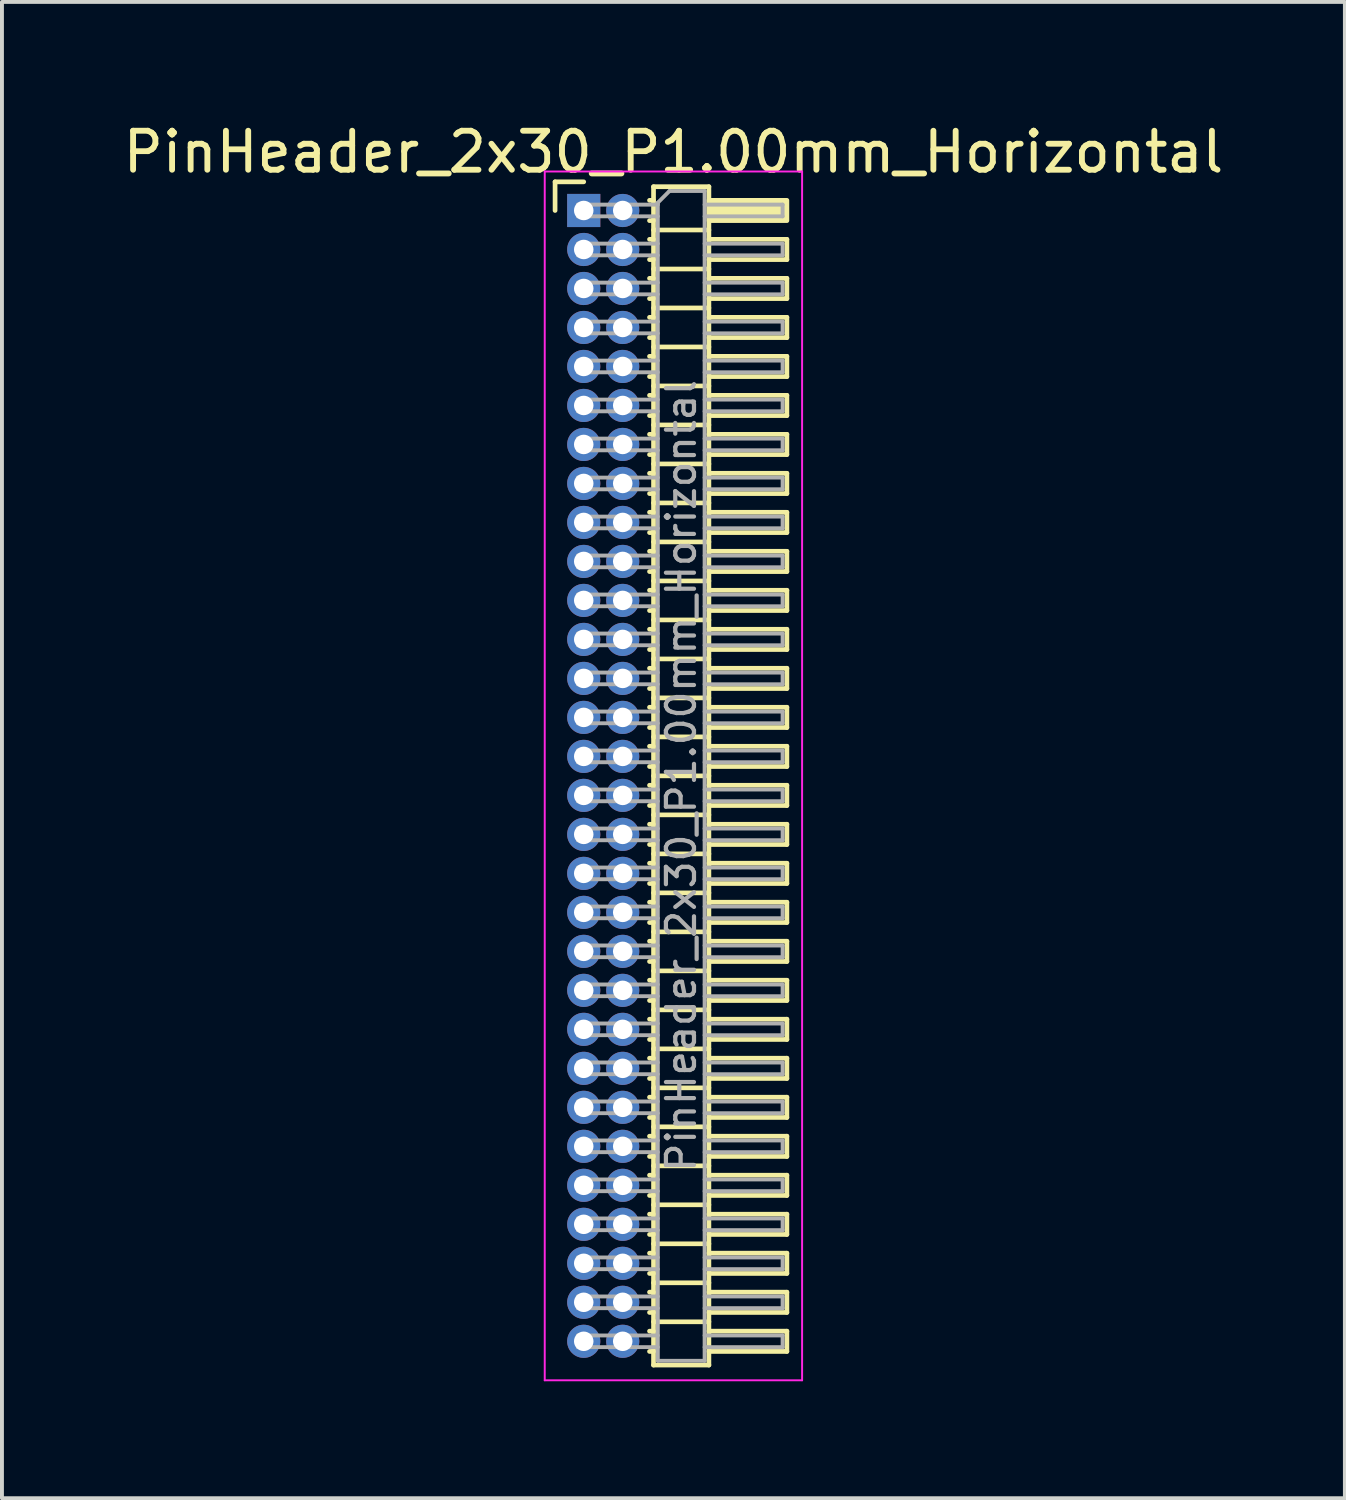
<source format=kicad_pcb>
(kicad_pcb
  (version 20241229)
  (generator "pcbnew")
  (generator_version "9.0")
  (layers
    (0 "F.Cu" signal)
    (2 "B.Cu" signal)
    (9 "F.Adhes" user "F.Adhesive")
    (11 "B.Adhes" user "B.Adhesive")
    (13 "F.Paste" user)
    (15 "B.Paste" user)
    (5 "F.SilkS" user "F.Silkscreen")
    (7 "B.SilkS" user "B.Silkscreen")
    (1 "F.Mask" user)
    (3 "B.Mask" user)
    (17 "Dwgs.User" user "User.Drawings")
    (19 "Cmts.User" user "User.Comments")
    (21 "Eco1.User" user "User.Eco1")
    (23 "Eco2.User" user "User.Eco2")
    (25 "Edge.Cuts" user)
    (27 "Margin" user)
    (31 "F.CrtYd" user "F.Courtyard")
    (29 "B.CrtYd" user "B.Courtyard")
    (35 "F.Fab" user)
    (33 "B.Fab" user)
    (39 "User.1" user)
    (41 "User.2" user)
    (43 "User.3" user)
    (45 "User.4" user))
  (footprint "PinHeader_2x30_P1.00mm_Horizontal"
    (layer "F.Cu")
    (at 11.92 2.348)
    (property "Reference" "PinHeader_2x30_P1.00mm_Horizontal" (at 2.3 -1.5 0) (layer "F.SilkS") (effects (font (size 1 1) (thickness 0.15))))
    (attr through_hole)
    (fp_line (start -0.735 -0.735) (end 0 -0.735) (stroke (width 0.12) (type solid)) (layer "F.SilkS"))
    (fp_line (start -0.735 0) (end -0.735 -0.735) (stroke (width 0.12) (type solid)) (layer "F.SilkS"))
    (fp_line (start 1.687 -0.26) (end 1.79 -0.26) (stroke (width 0.12) (type solid)) (layer "F.SilkS"))
    (fp_line (start 1.687 0.26) (end 1.79 0.26) (stroke (width 0.12) (type solid)) (layer "F.SilkS"))
    (fp_line (start 1.687 0.74) (end 1.79 0.74) (stroke (width 0.12) (type solid)) (layer "F.SilkS"))
    (fp_line (start 1.687 1.26) (end 1.79 1.26) (stroke (width 0.12) (type solid)) (layer "F.SilkS"))
    (fp_line (start 1.687 1.74) (end 1.79 1.74) (stroke (width 0.12) (type solid)) (layer "F.SilkS"))
    (fp_line (start 1.687 2.26) (end 1.79 2.26) (stroke (width 0.12) (type solid)) (layer "F.SilkS"))
    (fp_line (start 1.687 2.74) (end 1.79 2.74) (stroke (width 0.12) (type solid)) (layer "F.SilkS"))
    (fp_line (start 1.687 3.26) (end 1.79 3.26) (stroke (width 0.12) (type solid)) (layer "F.SilkS"))
    (fp_line (start 1.687 3.74) (end 1.79 3.74) (stroke (width 0.12) (type solid)) (layer "F.SilkS"))
    (fp_line (start 1.687 4.26) (end 1.79 4.26) (stroke (width 0.12) (type solid)) (layer "F.SilkS"))
    (fp_line (start 1.687 4.74) (end 1.79 4.74) (stroke (width 0.12) (type solid)) (layer "F.SilkS"))
    (fp_line (start 1.687 5.26) (end 1.79 5.26) (stroke (width 0.12) (type solid)) (layer "F.SilkS"))
    (fp_line (start 1.687 5.74) (end 1.79 5.74) (stroke (width 0.12) (type solid)) (layer "F.SilkS"))
    (fp_line (start 1.687 6.26) (end 1.79 6.26) (stroke (width 0.12) (type solid)) (layer "F.SilkS"))
    (fp_line (start 1.687 6.74) (end 1.79 6.74) (stroke (width 0.12) (type solid)) (layer "F.SilkS"))
    (fp_line (start 1.687 7.26) (end 1.79 7.26) (stroke (width 0.12) (type solid)) (layer "F.SilkS"))
    (fp_line (start 1.687 7.74) (end 1.79 7.74) (stroke (width 0.12) (type solid)) (layer "F.SilkS"))
    (fp_line (start 1.687 8.26) (end 1.79 8.26) (stroke (width 0.12) (type solid)) (layer "F.SilkS"))
    (fp_line (start 1.687 8.74) (end 1.79 8.74) (stroke (width 0.12) (type solid)) (layer "F.SilkS"))
    (fp_line (start 1.687 9.26) (end 1.79 9.26) (stroke (width 0.12) (type solid)) (layer "F.SilkS"))
    (fp_line (start 1.687 9.74) (end 1.79 9.74) (stroke (width 0.12) (type solid)) (layer "F.SilkS"))
    (fp_line (start 1.687 10.26) (end 1.79 10.26) (stroke (width 0.12) (type solid)) (layer "F.SilkS"))
    (fp_line (start 1.687 10.74) (end 1.79 10.74) (stroke (width 0.12) (type solid)) (layer "F.SilkS"))
    (fp_line (start 1.687 11.26) (end 1.79 11.26) (stroke (width 0.12) (type solid)) (layer "F.SilkS"))
    (fp_line (start 1.687 11.74) (end 1.79 11.74) (stroke (width 0.12) (type solid)) (layer "F.SilkS"))
    (fp_line (start 1.687 12.26) (end 1.79 12.26) (stroke (width 0.12) (type solid)) (layer "F.SilkS"))
    (fp_line (start 1.687 12.74) (end 1.79 12.74) (stroke (width 0.12) (type solid)) (layer "F.SilkS"))
    (fp_line (start 1.687 13.26) (end 1.79 13.26) (stroke (width 0.12) (type solid)) (layer "F.SilkS"))
    (fp_line (start 1.687 13.74) (end 1.79 13.74) (stroke (width 0.12) (type solid)) (layer "F.SilkS"))
    (fp_line (start 1.687 14.26) (end 1.79 14.26) (stroke (width 0.12) (type solid)) (layer "F.SilkS"))
    (fp_line (start 1.687 14.74) (end 1.79 14.74) (stroke (width 0.12) (type solid)) (layer "F.SilkS"))
    (fp_line (start 1.687 15.26) (end 1.79 15.26) (stroke (width 0.12) (type solid)) (layer "F.SilkS"))
    (fp_line (start 1.687 15.74) (end 1.79 15.74) (stroke (width 0.12) (type solid)) (layer "F.SilkS"))
    (fp_line (start 1.687 16.26) (end 1.79 16.26) (stroke (width 0.12) (type solid)) (layer "F.SilkS"))
    (fp_line (start 1.687 16.74) (end 1.79 16.74) (stroke (width 0.12) (type solid)) (layer "F.SilkS"))
    (fp_line (start 1.687 17.26) (end 1.79 17.26) (stroke (width 0.12) (type solid)) (layer "F.SilkS"))
    (fp_line (start 1.687 17.74) (end 1.79 17.74) (stroke (width 0.12) (type solid)) (layer "F.SilkS"))
    (fp_line (start 1.687 18.26) (end 1.79 18.26) (stroke (width 0.12) (type solid)) (layer "F.SilkS"))
    (fp_line (start 1.687 18.74) (end 1.79 18.74) (stroke (width 0.12) (type solid)) (layer "F.SilkS"))
    (fp_line (start 1.687 19.26) (end 1.79 19.26) (stroke (width 0.12) (type solid)) (layer "F.SilkS"))
    (fp_line (start 1.687 19.74) (end 1.79 19.74) (stroke (width 0.12) (type solid)) (layer "F.SilkS"))
    (fp_line (start 1.687 20.26) (end 1.79 20.26) (stroke (width 0.12) (type solid)) (layer "F.SilkS"))
    (fp_line (start 1.687 20.74) (end 1.79 20.74) (stroke (width 0.12) (type solid)) (layer "F.SilkS"))
    (fp_line (start 1.687 21.26) (end 1.79 21.26) (stroke (width 0.12) (type solid)) (layer "F.SilkS"))
    (fp_line (start 1.687 21.74) (end 1.79 21.74) (stroke (width 0.12) (type solid)) (layer "F.SilkS"))
    (fp_line (start 1.687 22.26) (end 1.79 22.26) (stroke (width 0.12) (type solid)) (layer "F.SilkS"))
    (fp_line (start 1.687 22.74) (end 1.79 22.74) (stroke (width 0.12) (type solid)) (layer "F.SilkS"))
    (fp_line (start 1.687 23.26) (end 1.79 23.26) (stroke (width 0.12) (type solid)) (layer "F.SilkS"))
    (fp_line (start 1.687 23.74) (end 1.79 23.74) (stroke (width 0.12) (type solid)) (layer "F.SilkS"))
    (fp_line (start 1.687 24.26) (end 1.79 24.26) (stroke (width 0.12) (type solid)) (layer "F.SilkS"))
    (fp_line (start 1.687 24.74) (end 1.79 24.74) (stroke (width 0.12) (type solid)) (layer "F.SilkS"))
    (fp_line (start 1.687 25.26) (end 1.79 25.26) (stroke (width 0.12) (type solid)) (layer "F.SilkS"))
    (fp_line (start 1.687 25.74) (end 1.79 25.74) (stroke (width 0.12) (type solid)) (layer "F.SilkS"))
    (fp_line (start 1.687 26.26) (end 1.79 26.26) (stroke (width 0.12) (type solid)) (layer "F.SilkS"))
    (fp_line (start 1.687 26.74) (end 1.79 26.74) (stroke (width 0.12) (type solid)) (layer "F.SilkS"))
    (fp_line (start 1.687 27.26) (end 1.79 27.26) (stroke (width 0.12) (type solid)) (layer "F.SilkS"))
    (fp_line (start 1.687 27.74) (end 1.79 27.74) (stroke (width 0.12) (type solid)) (layer "F.SilkS"))
    (fp_line (start 1.687 28.26) (end 1.79 28.26) (stroke (width 0.12) (type solid)) (layer "F.SilkS"))
    (fp_line (start 1.687 28.74) (end 1.79 28.74) (stroke (width 0.12) (type solid)) (layer "F.SilkS"))
    (fp_line (start 1.687 29.26) (end 1.79 29.26) (stroke (width 0.12) (type solid)) (layer "F.SilkS"))
    (fp_line (start 1.79 -0.61) (end 1.79 29.61) (stroke (width 0.12) (type solid)) (layer "F.SilkS"))
    (fp_line (start 1.79 0.5) (end 3.21 0.5) (stroke (width 0.12) (type solid)) (layer "F.SilkS"))
    (fp_line (start 1.79 1.5) (end 3.21 1.5) (stroke (width 0.12) (type solid)) (layer "F.SilkS"))
    (fp_line (start 1.79 2.5) (end 3.21 2.5) (stroke (width 0.12) (type solid)) (layer "F.SilkS"))
    (fp_line (start 1.79 3.5) (end 3.21 3.5) (stroke (width 0.12) (type solid)) (layer "F.SilkS"))
    (fp_line (start 1.79 4.5) (end 3.21 4.5) (stroke (width 0.12) (type solid)) (layer "F.SilkS"))
    (fp_line (start 1.79 5.5) (end 3.21 5.5) (stroke (width 0.12) (type solid)) (layer "F.SilkS"))
    (fp_line (start 1.79 6.5) (end 3.21 6.5) (stroke (width 0.12) (type solid)) (layer "F.SilkS"))
    (fp_line (start 1.79 7.5) (end 3.21 7.5) (stroke (width 0.12) (type solid)) (layer "F.SilkS"))
    (fp_line (start 1.79 8.5) (end 3.21 8.5) (stroke (width 0.12) (type solid)) (layer "F.SilkS"))
    (fp_line (start 1.79 9.5) (end 3.21 9.5) (stroke (width 0.12) (type solid)) (layer "F.SilkS"))
    (fp_line (start 1.79 10.5) (end 3.21 10.5) (stroke (width 0.12) (type solid)) (layer "F.SilkS"))
    (fp_line (start 1.79 11.5) (end 3.21 11.5) (stroke (width 0.12) (type solid)) (layer "F.SilkS"))
    (fp_line (start 1.79 12.5) (end 3.21 12.5) (stroke (width 0.12) (type solid)) (layer "F.SilkS"))
    (fp_line (start 1.79 13.5) (end 3.21 13.5) (stroke (width 0.12) (type solid)) (layer "F.SilkS"))
    (fp_line (start 1.79 14.5) (end 3.21 14.5) (stroke (width 0.12) (type solid)) (layer "F.SilkS"))
    (fp_line (start 1.79 15.5) (end 3.21 15.5) (stroke (width 0.12) (type solid)) (layer "F.SilkS"))
    (fp_line (start 1.79 16.5) (end 3.21 16.5) (stroke (width 0.12) (type solid)) (layer "F.SilkS"))
    (fp_line (start 1.79 17.5) (end 3.21 17.5) (stroke (width 0.12) (type solid)) (layer "F.SilkS"))
    (fp_line (start 1.79 18.5) (end 3.21 18.5) (stroke (width 0.12) (type solid)) (layer "F.SilkS"))
    (fp_line (start 1.79 19.5) (end 3.21 19.5) (stroke (width 0.12) (type solid)) (layer "F.SilkS"))
    (fp_line (start 1.79 20.5) (end 3.21 20.5) (stroke (width 0.12) (type solid)) (layer "F.SilkS"))
    (fp_line (start 1.79 21.5) (end 3.21 21.5) (stroke (width 0.12) (type solid)) (layer "F.SilkS"))
    (fp_line (start 1.79 22.5) (end 3.21 22.5) (stroke (width 0.12) (type solid)) (layer "F.SilkS"))
    (fp_line (start 1.79 23.5) (end 3.21 23.5) (stroke (width 0.12) (type solid)) (layer "F.SilkS"))
    (fp_line (start 1.79 24.5) (end 3.21 24.5) (stroke (width 0.12) (type solid)) (layer "F.SilkS"))
    (fp_line (start 1.79 25.5) (end 3.21 25.5) (stroke (width 0.12) (type solid)) (layer "F.SilkS"))
    (fp_line (start 1.79 26.5) (end 3.21 26.5) (stroke (width 0.12) (type solid)) (layer "F.SilkS"))
    (fp_line (start 1.79 27.5) (end 3.21 27.5) (stroke (width 0.12) (type solid)) (layer "F.SilkS"))
    (fp_line (start 1.79 28.5) (end 3.21 28.5) (stroke (width 0.12) (type solid)) (layer "F.SilkS"))
    (fp_line (start 1.79 29.61) (end 3.21 29.61) (stroke (width 0.12) (type solid)) (layer "F.SilkS"))
    (fp_line (start 3.21 -0.61) (end 1.79 -0.61) (stroke (width 0.12) (type solid)) (layer "F.SilkS"))
    (fp_line (start 3.21 0.74) (end 5.21 0.74) (stroke (width 0.12) (type solid)) (layer "F.SilkS"))
    (fp_line (start 3.21 1.74) (end 5.21 1.74) (stroke (width 0.12) (type solid)) (layer "F.SilkS"))
    (fp_line (start 3.21 2.74) (end 5.21 2.74) (stroke (width 0.12) (type solid)) (layer "F.SilkS"))
    (fp_line (start 3.21 3.74) (end 5.21 3.74) (stroke (width 0.12) (type solid)) (layer "F.SilkS"))
    (fp_line (start 3.21 4.74) (end 5.21 4.74) (stroke (width 0.12) (type solid)) (layer "F.SilkS"))
    (fp_line (start 3.21 5.74) (end 5.21 5.74) (stroke (width 0.12) (type solid)) (layer "F.SilkS"))
    (fp_line (start 3.21 6.74) (end 5.21 6.74) (stroke (width 0.12) (type solid)) (layer "F.SilkS"))
    (fp_line (start 3.21 7.74) (end 5.21 7.74) (stroke (width 0.12) (type solid)) (layer "F.SilkS"))
    (fp_line (start 3.21 8.74) (end 5.21 8.74) (stroke (width 0.12) (type solid)) (layer "F.SilkS"))
    (fp_line (start 3.21 9.74) (end 5.21 9.74) (stroke (width 0.12) (type solid)) (layer "F.SilkS"))
    (fp_line (start 3.21 10.74) (end 5.21 10.74) (stroke (width 0.12) (type solid)) (layer "F.SilkS"))
    (fp_line (start 3.21 11.74) (end 5.21 11.74) (stroke (width 0.12) (type solid)) (layer "F.SilkS"))
    (fp_line (start 3.21 12.74) (end 5.21 12.74) (stroke (width 0.12) (type solid)) (layer "F.SilkS"))
    (fp_line (start 3.21 13.74) (end 5.21 13.74) (stroke (width 0.12) (type solid)) (layer "F.SilkS"))
    (fp_line (start 3.21 14.74) (end 5.21 14.74) (stroke (width 0.12) (type solid)) (layer "F.SilkS"))
    (fp_line (start 3.21 15.74) (end 5.21 15.74) (stroke (width 0.12) (type solid)) (layer "F.SilkS"))
    (fp_line (start 3.21 16.74) (end 5.21 16.74) (stroke (width 0.12) (type solid)) (layer "F.SilkS"))
    (fp_line (start 3.21 17.74) (end 5.21 17.74) (stroke (width 0.12) (type solid)) (layer "F.SilkS"))
    (fp_line (start 3.21 18.74) (end 5.21 18.74) (stroke (width 0.12) (type solid)) (layer "F.SilkS"))
    (fp_line (start 3.21 19.74) (end 5.21 19.74) (stroke (width 0.12) (type solid)) (layer "F.SilkS"))
    (fp_line (start 3.21 20.74) (end 5.21 20.74) (stroke (width 0.12) (type solid)) (layer "F.SilkS"))
    (fp_line (start 3.21 21.74) (end 5.21 21.74) (stroke (width 0.12) (type solid)) (layer "F.SilkS"))
    (fp_line (start 3.21 22.74) (end 5.21 22.74) (stroke (width 0.12) (type solid)) (layer "F.SilkS"))
    (fp_line (start 3.21 23.74) (end 5.21 23.74) (stroke (width 0.12) (type solid)) (layer "F.SilkS"))
    (fp_line (start 3.21 24.74) (end 5.21 24.74) (stroke (width 0.12) (type solid)) (layer "F.SilkS"))
    (fp_line (start 3.21 25.74) (end 5.21 25.74) (stroke (width 0.12) (type solid)) (layer "F.SilkS"))
    (fp_line (start 3.21 26.74) (end 5.21 26.74) (stroke (width 0.12) (type solid)) (layer "F.SilkS"))
    (fp_line (start 3.21 27.74) (end 5.21 27.74) (stroke (width 0.12) (type solid)) (layer "F.SilkS"))
    (fp_line (start 3.21 28.74) (end 5.21 28.74) (stroke (width 0.12) (type solid)) (layer "F.SilkS"))
    (fp_line (start 3.21 29.61) (end 3.21 -0.61) (stroke (width 0.12) (type solid)) (layer "F.SilkS"))
    (fp_line (start 5.21 0.74) (end 5.21 1.26) (stroke (width 0.12) (type solid)) (layer "F.SilkS"))
    (fp_line (start 5.21 1.26) (end 3.21 1.26) (stroke (width 0.12) (type solid)) (layer "F.SilkS"))
    (fp_line (start 5.21 1.74) (end 5.21 2.26) (stroke (width 0.12) (type solid)) (layer "F.SilkS"))
    (fp_line (start 5.21 2.26) (end 3.21 2.26) (stroke (width 0.12) (type solid)) (layer "F.SilkS"))
    (fp_line (start 5.21 2.74) (end 5.21 3.26) (stroke (width 0.12) (type solid)) (layer "F.SilkS"))
    (fp_line (start 5.21 3.26) (end 3.21 3.26) (stroke (width 0.12) (type solid)) (layer "F.SilkS"))
    (fp_line (start 5.21 3.74) (end 5.21 4.26) (stroke (width 0.12) (type solid)) (layer "F.SilkS"))
    (fp_line (start 5.21 4.26) (end 3.21 4.26) (stroke (width 0.12) (type solid)) (layer "F.SilkS"))
    (fp_line (start 5.21 4.74) (end 5.21 5.26) (stroke (width 0.12) (type solid)) (layer "F.SilkS"))
    (fp_line (start 5.21 5.26) (end 3.21 5.26) (stroke (width 0.12) (type solid)) (layer "F.SilkS"))
    (fp_line (start 5.21 5.74) (end 5.21 6.26) (stroke (width 0.12) (type solid)) (layer "F.SilkS"))
    (fp_line (start 5.21 6.26) (end 3.21 6.26) (stroke (width 0.12) (type solid)) (layer "F.SilkS"))
    (fp_line (start 5.21 6.74) (end 5.21 7.26) (stroke (width 0.12) (type solid)) (layer "F.SilkS"))
    (fp_line (start 5.21 7.26) (end 3.21 7.26) (stroke (width 0.12) (type solid)) (layer "F.SilkS"))
    (fp_line (start 5.21 7.74) (end 5.21 8.26) (stroke (width 0.12) (type solid)) (layer "F.SilkS"))
    (fp_line (start 5.21 8.26) (end 3.21 8.26) (stroke (width 0.12) (type solid)) (layer "F.SilkS"))
    (fp_line (start 5.21 8.74) (end 5.21 9.26) (stroke (width 0.12) (type solid)) (layer "F.SilkS"))
    (fp_line (start 5.21 9.26) (end 3.21 9.26) (stroke (width 0.12) (type solid)) (layer "F.SilkS"))
    (fp_line (start 5.21 9.74) (end 5.21 10.26) (stroke (width 0.12) (type solid)) (layer "F.SilkS"))
    (fp_line (start 5.21 10.26) (end 3.21 10.26) (stroke (width 0.12) (type solid)) (layer "F.SilkS"))
    (fp_line (start 5.21 10.74) (end 5.21 11.26) (stroke (width 0.12) (type solid)) (layer "F.SilkS"))
    (fp_line (start 5.21 11.26) (end 3.21 11.26) (stroke (width 0.12) (type solid)) (layer "F.SilkS"))
    (fp_line (start 5.21 11.74) (end 5.21 12.26) (stroke (width 0.12) (type solid)) (layer "F.SilkS"))
    (fp_line (start 5.21 12.26) (end 3.21 12.26) (stroke (width 0.12) (type solid)) (layer "F.SilkS"))
    (fp_line (start 5.21 12.74) (end 5.21 13.26) (stroke (width 0.12) (type solid)) (layer "F.SilkS"))
    (fp_line (start 5.21 13.26) (end 3.21 13.26) (stroke (width 0.12) (type solid)) (layer "F.SilkS"))
    (fp_line (start 5.21 13.74) (end 5.21 14.26) (stroke (width 0.12) (type solid)) (layer "F.SilkS"))
    (fp_line (start 5.21 14.26) (end 3.21 14.26) (stroke (width 0.12) (type solid)) (layer "F.SilkS"))
    (fp_line (start 5.21 14.74) (end 5.21 15.26) (stroke (width 0.12) (type solid)) (layer "F.SilkS"))
    (fp_line (start 5.21 15.26) (end 3.21 15.26) (stroke (width 0.12) (type solid)) (layer "F.SilkS"))
    (fp_line (start 5.21 15.74) (end 5.21 16.26) (stroke (width 0.12) (type solid)) (layer "F.SilkS"))
    (fp_line (start 5.21 16.26) (end 3.21 16.26) (stroke (width 0.12) (type solid)) (layer "F.SilkS"))
    (fp_line (start 5.21 16.74) (end 5.21 17.26) (stroke (width 0.12) (type solid)) (layer "F.SilkS"))
    (fp_line (start 5.21 17.26) (end 3.21 17.26) (stroke (width 0.12) (type solid)) (layer "F.SilkS"))
    (fp_line (start 5.21 17.74) (end 5.21 18.26) (stroke (width 0.12) (type solid)) (layer "F.SilkS"))
    (fp_line (start 5.21 18.26) (end 3.21 18.26) (stroke (width 0.12) (type solid)) (layer "F.SilkS"))
    (fp_line (start 5.21 18.74) (end 5.21 19.26) (stroke (width 0.12) (type solid)) (layer "F.SilkS"))
    (fp_line (start 5.21 19.26) (end 3.21 19.26) (stroke (width 0.12) (type solid)) (layer "F.SilkS"))
    (fp_line (start 5.21 19.74) (end 5.21 20.26) (stroke (width 0.12) (type solid)) (layer "F.SilkS"))
    (fp_line (start 5.21 20.26) (end 3.21 20.26) (stroke (width 0.12) (type solid)) (layer "F.SilkS"))
    (fp_line (start 5.21 20.74) (end 5.21 21.26) (stroke (width 0.12) (type solid)) (layer "F.SilkS"))
    (fp_line (start 5.21 21.26) (end 3.21 21.26) (stroke (width 0.12) (type solid)) (layer "F.SilkS"))
    (fp_line (start 5.21 21.74) (end 5.21 22.26) (stroke (width 0.12) (type solid)) (layer "F.SilkS"))
    (fp_line (start 5.21 22.26) (end 3.21 22.26) (stroke (width 0.12) (type solid)) (layer "F.SilkS"))
    (fp_line (start 5.21 22.74) (end 5.21 23.26) (stroke (width 0.12) (type solid)) (layer "F.SilkS"))
    (fp_line (start 5.21 23.26) (end 3.21 23.26) (stroke (width 0.12) (type solid)) (layer "F.SilkS"))
    (fp_line (start 5.21 23.74) (end 5.21 24.26) (stroke (width 0.12) (type solid)) (layer "F.SilkS"))
    (fp_line (start 5.21 24.26) (end 3.21 24.26) (stroke (width 0.12) (type solid)) (layer "F.SilkS"))
    (fp_line (start 5.21 24.74) (end 5.21 25.26) (stroke (width 0.12) (type solid)) (layer "F.SilkS"))
    (fp_line (start 5.21 25.26) (end 3.21 25.26) (stroke (width 0.12) (type solid)) (layer "F.SilkS"))
    (fp_line (start 5.21 25.74) (end 5.21 26.26) (stroke (width 0.12) (type solid)) (layer "F.SilkS"))
    (fp_line (start 5.21 26.26) (end 3.21 26.26) (stroke (width 0.12) (type solid)) (layer "F.SilkS"))
    (fp_line (start 5.21 26.74) (end 5.21 27.26) (stroke (width 0.12) (type solid)) (layer "F.SilkS"))
    (fp_line (start 5.21 27.26) (end 3.21 27.26) (stroke (width 0.12) (type solid)) (layer "F.SilkS"))
    (fp_line (start 5.21 27.74) (end 5.21 28.26) (stroke (width 0.12) (type solid)) (layer "F.SilkS"))
    (fp_line (start 5.21 28.26) (end 3.21 28.26) (stroke (width 0.12) (type solid)) (layer "F.SilkS"))
    (fp_line (start 5.21 28.74) (end 5.21 29.26) (stroke (width 0.12) (type solid)) (layer "F.SilkS"))
    (fp_line (start 5.21 29.26) (end 3.21 29.26) (stroke (width 0.12) (type solid)) (layer "F.SilkS"))
    (fp_rect (start 3.21 -0.26) (end 5.21 0.26) (stroke (width 0.12) (type solid)) (fill yes) (layer "F.SilkS"))
    (fp_line (start -1 -1) (end -1 30) (stroke (width 0.05) (type solid)) (layer "F.CrtYd"))
    (fp_line (start -1 30) (end 5.6 30) (stroke (width 0.05) (type solid)) (layer "F.CrtYd"))
    (fp_line (start 5.6 -1) (end -1 -1) (stroke (width 0.05) (type solid)) (layer "F.CrtYd"))
    (fp_line (start 5.6 30) (end 5.6 -1) (stroke (width 0.05) (type solid)) (layer "F.CrtYd"))
    (fp_line (start -0.15 -0.15) (end -0.15 0.15) (stroke (width 0.1) (type solid)) (layer "F.Fab"))
    (fp_line (start -0.15 -0.15) (end 1.9 -0.15) (stroke (width 0.1) (type solid)) (layer "F.Fab"))
    (fp_line (start -0.15 0.15) (end 1.9 0.15) (stroke (width 0.1) (type solid)) (layer "F.Fab"))
    (fp_line (start -0.15 0.85) (end -0.15 1.15) (stroke (width 0.1) (type solid)) (layer "F.Fab"))
    (fp_line (start -0.15 0.85) (end 1.9 0.85) (stroke (width 0.1) (type solid)) (layer "F.Fab"))
    (fp_line (start -0.15 1.15) (end 1.9 1.15) (stroke (width 0.1) (type solid)) (layer "F.Fab"))
    (fp_line (start -0.15 1.85) (end -0.15 2.15) (stroke (width 0.1) (type solid)) (layer "F.Fab"))
    (fp_line (start -0.15 1.85) (end 1.9 1.85) (stroke (width 0.1) (type solid)) (layer "F.Fab"))
    (fp_line (start -0.15 2.15) (end 1.9 2.15) (stroke (width 0.1) (type solid)) (layer "F.Fab"))
    (fp_line (start -0.15 2.85) (end -0.15 3.15) (stroke (width 0.1) (type solid)) (layer "F.Fab"))
    (fp_line (start -0.15 2.85) (end 1.9 2.85) (stroke (width 0.1) (type solid)) (layer "F.Fab"))
    (fp_line (start -0.15 3.15) (end 1.9 3.15) (stroke (width 0.1) (type solid)) (layer "F.Fab"))
    (fp_line (start -0.15 3.85) (end -0.15 4.15) (stroke (width 0.1) (type solid)) (layer "F.Fab"))
    (fp_line (start -0.15 3.85) (end 1.9 3.85) (stroke (width 0.1) (type solid)) (layer "F.Fab"))
    (fp_line (start -0.15 4.15) (end 1.9 4.15) (stroke (width 0.1) (type solid)) (layer "F.Fab"))
    (fp_line (start -0.15 4.85) (end -0.15 5.15) (stroke (width 0.1) (type solid)) (layer "F.Fab"))
    (fp_line (start -0.15 4.85) (end 1.9 4.85) (stroke (width 0.1) (type solid)) (layer "F.Fab"))
    (fp_line (start -0.15 5.15) (end 1.9 5.15) (stroke (width 0.1) (type solid)) (layer "F.Fab"))
    (fp_line (start -0.15 5.85) (end -0.15 6.15) (stroke (width 0.1) (type solid)) (layer "F.Fab"))
    (fp_line (start -0.15 5.85) (end 1.9 5.85) (stroke (width 0.1) (type solid)) (layer "F.Fab"))
    (fp_line (start -0.15 6.15) (end 1.9 6.15) (stroke (width 0.1) (type solid)) (layer "F.Fab"))
    (fp_line (start -0.15 6.85) (end -0.15 7.15) (stroke (width 0.1) (type solid)) (layer "F.Fab"))
    (fp_line (start -0.15 6.85) (end 1.9 6.85) (stroke (width 0.1) (type solid)) (layer "F.Fab"))
    (fp_line (start -0.15 7.15) (end 1.9 7.15) (stroke (width 0.1) (type solid)) (layer "F.Fab"))
    (fp_line (start -0.15 7.85) (end -0.15 8.15) (stroke (width 0.1) (type solid)) (layer "F.Fab"))
    (fp_line (start -0.15 7.85) (end 1.9 7.85) (stroke (width 0.1) (type solid)) (layer "F.Fab"))
    (fp_line (start -0.15 8.15) (end 1.9 8.15) (stroke (width 0.1) (type solid)) (layer "F.Fab"))
    (fp_line (start -0.15 8.85) (end -0.15 9.15) (stroke (width 0.1) (type solid)) (layer "F.Fab"))
    (fp_line (start -0.15 8.85) (end 1.9 8.85) (stroke (width 0.1) (type solid)) (layer "F.Fab"))
    (fp_line (start -0.15 9.15) (end 1.9 9.15) (stroke (width 0.1) (type solid)) (layer "F.Fab"))
    (fp_line (start -0.15 9.85) (end -0.15 10.15) (stroke (width 0.1) (type solid)) (layer "F.Fab"))
    (fp_line (start -0.15 9.85) (end 1.9 9.85) (stroke (width 0.1) (type solid)) (layer "F.Fab"))
    (fp_line (start -0.15 10.15) (end 1.9 10.15) (stroke (width 0.1) (type solid)) (layer "F.Fab"))
    (fp_line (start -0.15 10.85) (end -0.15 11.15) (stroke (width 0.1) (type solid)) (layer "F.Fab"))
    (fp_line (start -0.15 10.85) (end 1.9 10.85) (stroke (width 0.1) (type solid)) (layer "F.Fab"))
    (fp_line (start -0.15 11.15) (end 1.9 11.15) (stroke (width 0.1) (type solid)) (layer "F.Fab"))
    (fp_line (start -0.15 11.85) (end -0.15 12.15) (stroke (width 0.1) (type solid)) (layer "F.Fab"))
    (fp_line (start -0.15 11.85) (end 1.9 11.85) (stroke (width 0.1) (type solid)) (layer "F.Fab"))
    (fp_line (start -0.15 12.15) (end 1.9 12.15) (stroke (width 0.1) (type solid)) (layer "F.Fab"))
    (fp_line (start -0.15 12.85) (end -0.15 13.15) (stroke (width 0.1) (type solid)) (layer "F.Fab"))
    (fp_line (start -0.15 12.85) (end 1.9 12.85) (stroke (width 0.1) (type solid)) (layer "F.Fab"))
    (fp_line (start -0.15 13.15) (end 1.9 13.15) (stroke (width 0.1) (type solid)) (layer "F.Fab"))
    (fp_line (start -0.15 13.85) (end -0.15 14.15) (stroke (width 0.1) (type solid)) (layer "F.Fab"))
    (fp_line (start -0.15 13.85) (end 1.9 13.85) (stroke (width 0.1) (type solid)) (layer "F.Fab"))
    (fp_line (start -0.15 14.15) (end 1.9 14.15) (stroke (width 0.1) (type solid)) (layer "F.Fab"))
    (fp_line (start -0.15 14.85) (end -0.15 15.15) (stroke (width 0.1) (type solid)) (layer "F.Fab"))
    (fp_line (start -0.15 14.85) (end 1.9 14.85) (stroke (width 0.1) (type solid)) (layer "F.Fab"))
    (fp_line (start -0.15 15.15) (end 1.9 15.15) (stroke (width 0.1) (type solid)) (layer "F.Fab"))
    (fp_line (start -0.15 15.85) (end -0.15 16.15) (stroke (width 0.1) (type solid)) (layer "F.Fab"))
    (fp_line (start -0.15 15.85) (end 1.9 15.85) (stroke (width 0.1) (type solid)) (layer "F.Fab"))
    (fp_line (start -0.15 16.15) (end 1.9 16.15) (stroke (width 0.1) (type solid)) (layer "F.Fab"))
    (fp_line (start -0.15 16.85) (end -0.15 17.15) (stroke (width 0.1) (type solid)) (layer "F.Fab"))
    (fp_line (start -0.15 16.85) (end 1.9 16.85) (stroke (width 0.1) (type solid)) (layer "F.Fab"))
    (fp_line (start -0.15 17.15) (end 1.9 17.15) (stroke (width 0.1) (type solid)) (layer "F.Fab"))
    (fp_line (start -0.15 17.85) (end -0.15 18.15) (stroke (width 0.1) (type solid)) (layer "F.Fab"))
    (fp_line (start -0.15 17.85) (end 1.9 17.85) (stroke (width 0.1) (type solid)) (layer "F.Fab"))
    (fp_line (start -0.15 18.15) (end 1.9 18.15) (stroke (width 0.1) (type solid)) (layer "F.Fab"))
    (fp_line (start -0.15 18.85) (end -0.15 19.15) (stroke (width 0.1) (type solid)) (layer "F.Fab"))
    (fp_line (start -0.15 18.85) (end 1.9 18.85) (stroke (width 0.1) (type solid)) (layer "F.Fab"))
    (fp_line (start -0.15 19.15) (end 1.9 19.15) (stroke (width 0.1) (type solid)) (layer "F.Fab"))
    (fp_line (start -0.15 19.85) (end -0.15 20.15) (stroke (width 0.1) (type solid)) (layer "F.Fab"))
    (fp_line (start -0.15 19.85) (end 1.9 19.85) (stroke (width 0.1) (type solid)) (layer "F.Fab"))
    (fp_line (start -0.15 20.15) (end 1.9 20.15) (stroke (width 0.1) (type solid)) (layer "F.Fab"))
    (fp_line (start -0.15 20.85) (end -0.15 21.15) (stroke (width 0.1) (type solid)) (layer "F.Fab"))
    (fp_line (start -0.15 20.85) (end 1.9 20.85) (stroke (width 0.1) (type solid)) (layer "F.Fab"))
    (fp_line (start -0.15 21.15) (end 1.9 21.15) (stroke (width 0.1) (type solid)) (layer "F.Fab"))
    (fp_line (start -0.15 21.85) (end -0.15 22.15) (stroke (width 0.1) (type solid)) (layer "F.Fab"))
    (fp_line (start -0.15 21.85) (end 1.9 21.85) (stroke (width 0.1) (type solid)) (layer "F.Fab"))
    (fp_line (start -0.15 22.15) (end 1.9 22.15) (stroke (width 0.1) (type solid)) (layer "F.Fab"))
    (fp_line (start -0.15 22.85) (end -0.15 23.15) (stroke (width 0.1) (type solid)) (layer "F.Fab"))
    (fp_line (start -0.15 22.85) (end 1.9 22.85) (stroke (width 0.1) (type solid)) (layer "F.Fab"))
    (fp_line (start -0.15 23.15) (end 1.9 23.15) (stroke (width 0.1) (type solid)) (layer "F.Fab"))
    (fp_line (start -0.15 23.85) (end -0.15 24.15) (stroke (width 0.1) (type solid)) (layer "F.Fab"))
    (fp_line (start -0.15 23.85) (end 1.9 23.85) (stroke (width 0.1) (type solid)) (layer "F.Fab"))
    (fp_line (start -0.15 24.15) (end 1.9 24.15) (stroke (width 0.1) (type solid)) (layer "F.Fab"))
    (fp_line (start -0.15 24.85) (end -0.15 25.15) (stroke (width 0.1) (type solid)) (layer "F.Fab"))
    (fp_line (start -0.15 24.85) (end 1.9 24.85) (stroke (width 0.1) (type solid)) (layer "F.Fab"))
    (fp_line (start -0.15 25.15) (end 1.9 25.15) (stroke (width 0.1) (type solid)) (layer "F.Fab"))
    (fp_line (start -0.15 25.85) (end -0.15 26.15) (stroke (width 0.1) (type solid)) (layer "F.Fab"))
    (fp_line (start -0.15 25.85) (end 1.9 25.85) (stroke (width 0.1) (type solid)) (layer "F.Fab"))
    (fp_line (start -0.15 26.15) (end 1.9 26.15) (stroke (width 0.1) (type solid)) (layer "F.Fab"))
    (fp_line (start -0.15 26.85) (end -0.15 27.15) (stroke (width 0.1) (type solid)) (layer "F.Fab"))
    (fp_line (start -0.15 26.85) (end 1.9 26.85) (stroke (width 0.1) (type solid)) (layer "F.Fab"))
    (fp_line (start -0.15 27.15) (end 1.9 27.15) (stroke (width 0.1) (type solid)) (layer "F.Fab"))
    (fp_line (start -0.15 27.85) (end -0.15 28.15) (stroke (width 0.1) (type solid)) (layer "F.Fab"))
    (fp_line (start -0.15 27.85) (end 1.9 27.85) (stroke (width 0.1) (type solid)) (layer "F.Fab"))
    (fp_line (start -0.15 28.15) (end 1.9 28.15) (stroke (width 0.1) (type solid)) (layer "F.Fab"))
    (fp_line (start -0.15 28.85) (end -0.15 29.15) (stroke (width 0.1) (type solid)) (layer "F.Fab"))
    (fp_line (start -0.15 28.85) (end 1.9 28.85) (stroke (width 0.1) (type solid)) (layer "F.Fab"))
    (fp_line (start -0.15 29.15) (end 1.9 29.15) (stroke (width 0.1) (type solid)) (layer "F.Fab"))
    (fp_line (start 1.9 -0.2) (end 2.2 -0.5) (stroke (width 0.1) (type solid)) (layer "F.Fab"))
    (fp_line (start 1.9 29.5) (end 1.9 -0.2) (stroke (width 0.1) (type solid)) (layer "F.Fab"))
    (fp_line (start 2.2 -0.5) (end 3.1 -0.5) (stroke (width 0.1) (type solid)) (layer "F.Fab"))
    (fp_line (start 3.1 -0.5) (end 3.1 29.5) (stroke (width 0.1) (type solid)) (layer "F.Fab"))
    (fp_line (start 3.1 -0.15) (end 5.1 -0.15) (stroke (width 0.1) (type solid)) (layer "F.Fab"))
    (fp_line (start 3.1 0.15) (end 5.1 0.15) (stroke (width 0.1) (type solid)) (layer "F.Fab"))
    (fp_line (start 3.1 0.85) (end 5.1 0.85) (stroke (width 0.1) (type solid)) (layer "F.Fab"))
    (fp_line (start 3.1 1.15) (end 5.1 1.15) (stroke (width 0.1) (type solid)) (layer "F.Fab"))
    (fp_line (start 3.1 1.85) (end 5.1 1.85) (stroke (width 0.1) (type solid)) (layer "F.Fab"))
    (fp_line (start 3.1 2.15) (end 5.1 2.15) (stroke (width 0.1) (type solid)) (layer "F.Fab"))
    (fp_line (start 3.1 2.85) (end 5.1 2.85) (stroke (width 0.1) (type solid)) (layer "F.Fab"))
    (fp_line (start 3.1 3.15) (end 5.1 3.15) (stroke (width 0.1) (type solid)) (layer "F.Fab"))
    (fp_line (start 3.1 3.85) (end 5.1 3.85) (stroke (width 0.1) (type solid)) (layer "F.Fab"))
    (fp_line (start 3.1 4.15) (end 5.1 4.15) (stroke (width 0.1) (type solid)) (layer "F.Fab"))
    (fp_line (start 3.1 4.85) (end 5.1 4.85) (stroke (width 0.1) (type solid)) (layer "F.Fab"))
    (fp_line (start 3.1 5.15) (end 5.1 5.15) (stroke (width 0.1) (type solid)) (layer "F.Fab"))
    (fp_line (start 3.1 5.85) (end 5.1 5.85) (stroke (width 0.1) (type solid)) (layer "F.Fab"))
    (fp_line (start 3.1 6.15) (end 5.1 6.15) (stroke (width 0.1) (type solid)) (layer "F.Fab"))
    (fp_line (start 3.1 6.85) (end 5.1 6.85) (stroke (width 0.1) (type solid)) (layer "F.Fab"))
    (fp_line (start 3.1 7.15) (end 5.1 7.15) (stroke (width 0.1) (type solid)) (layer "F.Fab"))
    (fp_line (start 3.1 7.85) (end 5.1 7.85) (stroke (width 0.1) (type solid)) (layer "F.Fab"))
    (fp_line (start 3.1 8.15) (end 5.1 8.15) (stroke (width 0.1) (type solid)) (layer "F.Fab"))
    (fp_line (start 3.1 8.85) (end 5.1 8.85) (stroke (width 0.1) (type solid)) (layer "F.Fab"))
    (fp_line (start 3.1 9.15) (end 5.1 9.15) (stroke (width 0.1) (type solid)) (layer "F.Fab"))
    (fp_line (start 3.1 9.85) (end 5.1 9.85) (stroke (width 0.1) (type solid)) (layer "F.Fab"))
    (fp_line (start 3.1 10.15) (end 5.1 10.15) (stroke (width 0.1) (type solid)) (layer "F.Fab"))
    (fp_line (start 3.1 10.85) (end 5.1 10.85) (stroke (width 0.1) (type solid)) (layer "F.Fab"))
    (fp_line (start 3.1 11.15) (end 5.1 11.15) (stroke (width 0.1) (type solid)) (layer "F.Fab"))
    (fp_line (start 3.1 11.85) (end 5.1 11.85) (stroke (width 0.1) (type solid)) (layer "F.Fab"))
    (fp_line (start 3.1 12.15) (end 5.1 12.15) (stroke (width 0.1) (type solid)) (layer "F.Fab"))
    (fp_line (start 3.1 12.85) (end 5.1 12.85) (stroke (width 0.1) (type solid)) (layer "F.Fab"))
    (fp_line (start 3.1 13.15) (end 5.1 13.15) (stroke (width 0.1) (type solid)) (layer "F.Fab"))
    (fp_line (start 3.1 13.85) (end 5.1 13.85) (stroke (width 0.1) (type solid)) (layer "F.Fab"))
    (fp_line (start 3.1 14.15) (end 5.1 14.15) (stroke (width 0.1) (type solid)) (layer "F.Fab"))
    (fp_line (start 3.1 14.85) (end 5.1 14.85) (stroke (width 0.1) (type solid)) (layer "F.Fab"))
    (fp_line (start 3.1 15.15) (end 5.1 15.15) (stroke (width 0.1) (type solid)) (layer "F.Fab"))
    (fp_line (start 3.1 15.85) (end 5.1 15.85) (stroke (width 0.1) (type solid)) (layer "F.Fab"))
    (fp_line (start 3.1 16.15) (end 5.1 16.15) (stroke (width 0.1) (type solid)) (layer "F.Fab"))
    (fp_line (start 3.1 16.85) (end 5.1 16.85) (stroke (width 0.1) (type solid)) (layer "F.Fab"))
    (fp_line (start 3.1 17.15) (end 5.1 17.15) (stroke (width 0.1) (type solid)) (layer "F.Fab"))
    (fp_line (start 3.1 17.85) (end 5.1 17.85) (stroke (width 0.1) (type solid)) (layer "F.Fab"))
    (fp_line (start 3.1 18.15) (end 5.1 18.15) (stroke (width 0.1) (type solid)) (layer "F.Fab"))
    (fp_line (start 3.1 18.85) (end 5.1 18.85) (stroke (width 0.1) (type solid)) (layer "F.Fab"))
    (fp_line (start 3.1 19.15) (end 5.1 19.15) (stroke (width 0.1) (type solid)) (layer "F.Fab"))
    (fp_line (start 3.1 19.85) (end 5.1 19.85) (stroke (width 0.1) (type solid)) (layer "F.Fab"))
    (fp_line (start 3.1 20.15) (end 5.1 20.15) (stroke (width 0.1) (type solid)) (layer "F.Fab"))
    (fp_line (start 3.1 20.85) (end 5.1 20.85) (stroke (width 0.1) (type solid)) (layer "F.Fab"))
    (fp_line (start 3.1 21.15) (end 5.1 21.15) (stroke (width 0.1) (type solid)) (layer "F.Fab"))
    (fp_line (start 3.1 21.85) (end 5.1 21.85) (stroke (width 0.1) (type solid)) (layer "F.Fab"))
    (fp_line (start 3.1 22.15) (end 5.1 22.15) (stroke (width 0.1) (type solid)) (layer "F.Fab"))
    (fp_line (start 3.1 22.85) (end 5.1 22.85) (stroke (width 0.1) (type solid)) (layer "F.Fab"))
    (fp_line (start 3.1 23.15) (end 5.1 23.15) (stroke (width 0.1) (type solid)) (layer "F.Fab"))
    (fp_line (start 3.1 23.85) (end 5.1 23.85) (stroke (width 0.1) (type solid)) (layer "F.Fab"))
    (fp_line (start 3.1 24.15) (end 5.1 24.15) (stroke (width 0.1) (type solid)) (layer "F.Fab"))
    (fp_line (start 3.1 24.85) (end 5.1 24.85) (stroke (width 0.1) (type solid)) (layer "F.Fab"))
    (fp_line (start 3.1 25.15) (end 5.1 25.15) (stroke (width 0.1) (type solid)) (layer "F.Fab"))
    (fp_line (start 3.1 25.85) (end 5.1 25.85) (stroke (width 0.1) (type solid)) (layer "F.Fab"))
    (fp_line (start 3.1 26.15) (end 5.1 26.15) (stroke (width 0.1) (type solid)) (layer "F.Fab"))
    (fp_line (start 3.1 26.85) (end 5.1 26.85) (stroke (width 0.1) (type solid)) (layer "F.Fab"))
    (fp_line (start 3.1 27.15) (end 5.1 27.15) (stroke (width 0.1) (type solid)) (layer "F.Fab"))
    (fp_line (start 3.1 27.85) (end 5.1 27.85) (stroke (width 0.1) (type solid)) (layer "F.Fab"))
    (fp_line (start 3.1 28.15) (end 5.1 28.15) (stroke (width 0.1) (type solid)) (layer "F.Fab"))
    (fp_line (start 3.1 28.85) (end 5.1 28.85) (stroke (width 0.1) (type solid)) (layer "F.Fab"))
    (fp_line (start 3.1 29.15) (end 5.1 29.15) (stroke (width 0.1) (type solid)) (layer "F.Fab"))
    (fp_line (start 3.1 29.5) (end 1.9 29.5) (stroke (width 0.1) (type solid)) (layer "F.Fab"))
    (fp_line (start 5.1 -0.15) (end 5.1 0.15) (stroke (width 0.1) (type solid)) (layer "F.Fab"))
    (fp_line (start 5.1 0.85) (end 5.1 1.15) (stroke (width 0.1) (type solid)) (layer "F.Fab"))
    (fp_line (start 5.1 1.85) (end 5.1 2.15) (stroke (width 0.1) (type solid)) (layer "F.Fab"))
    (fp_line (start 5.1 2.85) (end 5.1 3.15) (stroke (width 0.1) (type solid)) (layer "F.Fab"))
    (fp_line (start 5.1 3.85) (end 5.1 4.15) (stroke (width 0.1) (type solid)) (layer "F.Fab"))
    (fp_line (start 5.1 4.85) (end 5.1 5.15) (stroke (width 0.1) (type solid)) (layer "F.Fab"))
    (fp_line (start 5.1 5.85) (end 5.1 6.15) (stroke (width 0.1) (type solid)) (layer "F.Fab"))
    (fp_line (start 5.1 6.85) (end 5.1 7.15) (stroke (width 0.1) (type solid)) (layer "F.Fab"))
    (fp_line (start 5.1 7.85) (end 5.1 8.15) (stroke (width 0.1) (type solid)) (layer "F.Fab"))
    (fp_line (start 5.1 8.85) (end 5.1 9.15) (stroke (width 0.1) (type solid)) (layer "F.Fab"))
    (fp_line (start 5.1 9.85) (end 5.1 10.15) (stroke (width 0.1) (type solid)) (layer "F.Fab"))
    (fp_line (start 5.1 10.85) (end 5.1 11.15) (stroke (width 0.1) (type solid)) (layer "F.Fab"))
    (fp_line (start 5.1 11.85) (end 5.1 12.15) (stroke (width 0.1) (type solid)) (layer "F.Fab"))
    (fp_line (start 5.1 12.85) (end 5.1 13.15) (stroke (width 0.1) (type solid)) (layer "F.Fab"))
    (fp_line (start 5.1 13.85) (end 5.1 14.15) (stroke (width 0.1) (type solid)) (layer "F.Fab"))
    (fp_line (start 5.1 14.85) (end 5.1 15.15) (stroke (width 0.1) (type solid)) (layer "F.Fab"))
    (fp_line (start 5.1 15.85) (end 5.1 16.15) (stroke (width 0.1) (type solid)) (layer "F.Fab"))
    (fp_line (start 5.1 16.85) (end 5.1 17.15) (stroke (width 0.1) (type solid)) (layer "F.Fab"))
    (fp_line (start 5.1 17.85) (end 5.1 18.15) (stroke (width 0.1) (type solid)) (layer "F.Fab"))
    (fp_line (start 5.1 18.85) (end 5.1 19.15) (stroke (width 0.1) (type solid)) (layer "F.Fab"))
    (fp_line (start 5.1 19.85) (end 5.1 20.15) (stroke (width 0.1) (type solid)) (layer "F.Fab"))
    (fp_line (start 5.1 20.85) (end 5.1 21.15) (stroke (width 0.1) (type solid)) (layer "F.Fab"))
    (fp_line (start 5.1 21.85) (end 5.1 22.15) (stroke (width 0.1) (type solid)) (layer "F.Fab"))
    (fp_line (start 5.1 22.85) (end 5.1 23.15) (stroke (width 0.1) (type solid)) (layer "F.Fab"))
    (fp_line (start 5.1 23.85) (end 5.1 24.15) (stroke (width 0.1) (type solid)) (layer "F.Fab"))
    (fp_line (start 5.1 24.85) (end 5.1 25.15) (stroke (width 0.1) (type solid)) (layer "F.Fab"))
    (fp_line (start 5.1 25.85) (end 5.1 26.15) (stroke (width 0.1) (type solid)) (layer "F.Fab"))
    (fp_line (start 5.1 26.85) (end 5.1 27.15) (stroke (width 0.1) (type solid)) (layer "F.Fab"))
    (fp_line (start 5.1 27.85) (end 5.1 28.15) (stroke (width 0.1) (type solid)) (layer "F.Fab"))
    (fp_line (start 5.1 28.85) (end 5.1 29.15) (stroke (width 0.1) (type solid)) (layer "F.Fab"))
    (fp_text user "${REFERENCE}" (at 2.5 14.5 90) (layer "F.Fab") (effects (font (size 0.72 0.72) (thickness 0.108))))
    (pad "1" thru_hole rect (at 0 0) (size 0.85 0.85) (drill 0.5) (layers "*.Cu" "*.Mask"))
    (pad "2" thru_hole circle (at 1 0) (size 0.85 0.85) (drill 0.5) (layers "*.Cu" "*.Mask"))
    (pad "3" thru_hole circle (at 0 1) (size 0.85 0.85) (drill 0.5) (layers "*.Cu" "*.Mask"))
    (pad "4" thru_hole circle (at 1 1) (size 0.85 0.85) (drill 0.5) (layers "*.Cu" "*.Mask"))
    (pad "5" thru_hole circle (at 0 2) (size 0.85 0.85) (drill 0.5) (layers "*.Cu" "*.Mask"))
    (pad "6" thru_hole circle (at 1 2) (size 0.85 0.85) (drill 0.5) (layers "*.Cu" "*.Mask"))
    (pad "7" thru_hole circle (at 0 3) (size 0.85 0.85) (drill 0.5) (layers "*.Cu" "*.Mask"))
    (pad "8" thru_hole circle (at 1 3) (size 0.85 0.85) (drill 0.5) (layers "*.Cu" "*.Mask"))
    (pad "9" thru_hole circle (at 0 4) (size 0.85 0.85) (drill 0.5) (layers "*.Cu" "*.Mask"))
    (pad "10" thru_hole circle (at 1 4) (size 0.85 0.85) (drill 0.5) (layers "*.Cu" "*.Mask"))
    (pad "11" thru_hole circle (at 0 5) (size 0.85 0.85) (drill 0.5) (layers "*.Cu" "*.Mask"))
    (pad "12" thru_hole circle (at 1 5) (size 0.85 0.85) (drill 0.5) (layers "*.Cu" "*.Mask"))
    (pad "13" thru_hole circle (at 0 6) (size 0.85 0.85) (drill 0.5) (layers "*.Cu" "*.Mask"))
    (pad "14" thru_hole circle (at 1 6) (size 0.85 0.85) (drill 0.5) (layers "*.Cu" "*.Mask"))
    (pad "15" thru_hole circle (at 0 7) (size 0.85 0.85) (drill 0.5) (layers "*.Cu" "*.Mask"))
    (pad "16" thru_hole circle (at 1 7) (size 0.85 0.85) (drill 0.5) (layers "*.Cu" "*.Mask"))
    (pad "17" thru_hole circle (at 0 8) (size 0.85 0.85) (drill 0.5) (layers "*.Cu" "*.Mask"))
    (pad "18" thru_hole circle (at 1 8) (size 0.85 0.85) (drill 0.5) (layers "*.Cu" "*.Mask"))
    (pad "19" thru_hole circle (at 0 9) (size 0.85 0.85) (drill 0.5) (layers "*.Cu" "*.Mask"))
    (pad "20" thru_hole circle (at 1 9) (size 0.85 0.85) (drill 0.5) (layers "*.Cu" "*.Mask"))
    (pad "21" thru_hole circle (at 0 10) (size 0.85 0.85) (drill 0.5) (layers "*.Cu" "*.Mask"))
    (pad "22" thru_hole circle (at 1 10) (size 0.85 0.85) (drill 0.5) (layers "*.Cu" "*.Mask"))
    (pad "23" thru_hole circle (at 0 11) (size 0.85 0.85) (drill 0.5) (layers "*.Cu" "*.Mask"))
    (pad "24" thru_hole circle (at 1 11) (size 0.85 0.85) (drill 0.5) (layers "*.Cu" "*.Mask"))
    (pad "25" thru_hole circle (at 0 12) (size 0.85 0.85) (drill 0.5) (layers "*.Cu" "*.Mask"))
    (pad "26" thru_hole circle (at 1 12) (size 0.85 0.85) (drill 0.5) (layers "*.Cu" "*.Mask"))
    (pad "27" thru_hole circle (at 0 13) (size 0.85 0.85) (drill 0.5) (layers "*.Cu" "*.Mask"))
    (pad "28" thru_hole circle (at 1 13) (size 0.85 0.85) (drill 0.5) (layers "*.Cu" "*.Mask"))
    (pad "29" thru_hole circle (at 0 14) (size 0.85 0.85) (drill 0.5) (layers "*.Cu" "*.Mask"))
    (pad "30" thru_hole circle (at 1 14) (size 0.85 0.85) (drill 0.5) (layers "*.Cu" "*.Mask"))
    (pad "31" thru_hole circle (at 0 15) (size 0.85 0.85) (drill 0.5) (layers "*.Cu" "*.Mask"))
    (pad "32" thru_hole circle (at 1 15) (size 0.85 0.85) (drill 0.5) (layers "*.Cu" "*.Mask"))
    (pad "33" thru_hole circle (at 0 16) (size 0.85 0.85) (drill 0.5) (layers "*.Cu" "*.Mask"))
    (pad "34" thru_hole circle (at 1 16) (size 0.85 0.85) (drill 0.5) (layers "*.Cu" "*.Mask"))
    (pad "35" thru_hole circle (at 0 17) (size 0.85 0.85) (drill 0.5) (layers "*.Cu" "*.Mask"))
    (pad "36" thru_hole circle (at 1 17) (size 0.85 0.85) (drill 0.5) (layers "*.Cu" "*.Mask"))
    (pad "37" thru_hole circle (at 0 18) (size 0.85 0.85) (drill 0.5) (layers "*.Cu" "*.Mask"))
    (pad "38" thru_hole circle (at 1 18) (size 0.85 0.85) (drill 0.5) (layers "*.Cu" "*.Mask"))
    (pad "39" thru_hole circle (at 0 19) (size 0.85 0.85) (drill 0.5) (layers "*.Cu" "*.Mask"))
    (pad "40" thru_hole circle (at 1 19) (size 0.85 0.85) (drill 0.5) (layers "*.Cu" "*.Mask"))
    (pad "41" thru_hole circle (at 0 20) (size 0.85 0.85) (drill 0.5) (layers "*.Cu" "*.Mask"))
    (pad "42" thru_hole circle (at 1 20) (size 0.85 0.85) (drill 0.5) (layers "*.Cu" "*.Mask"))
    (pad "43" thru_hole circle (at 0 21) (size 0.85 0.85) (drill 0.5) (layers "*.Cu" "*.Mask"))
    (pad "44" thru_hole circle (at 1 21) (size 0.85 0.85) (drill 0.5) (layers "*.Cu" "*.Mask"))
    (pad "45" thru_hole circle (at 0 22) (size 0.85 0.85) (drill 0.5) (layers "*.Cu" "*.Mask"))
    (pad "46" thru_hole circle (at 1 22) (size 0.85 0.85) (drill 0.5) (layers "*.Cu" "*.Mask"))
    (pad "47" thru_hole circle (at 0 23) (size 0.85 0.85) (drill 0.5) (layers "*.Cu" "*.Mask"))
    (pad "48" thru_hole circle (at 1 23) (size 0.85 0.85) (drill 0.5) (layers "*.Cu" "*.Mask"))
    (pad "49" thru_hole circle (at 0 24) (size 0.85 0.85) (drill 0.5) (layers "*.Cu" "*.Mask"))
    (pad "50" thru_hole circle (at 1 24) (size 0.85 0.85) (drill 0.5) (layers "*.Cu" "*.Mask"))
    (pad "51" thru_hole circle (at 0 25) (size 0.85 0.85) (drill 0.5) (layers "*.Cu" "*.Mask"))
    (pad "52" thru_hole circle (at 1 25) (size 0.85 0.85) (drill 0.5) (layers "*.Cu" "*.Mask"))
    (pad "53" thru_hole circle (at 0 26) (size 0.85 0.85) (drill 0.5) (layers "*.Cu" "*.Mask"))
    (pad "54" thru_hole circle (at 1 26) (size 0.85 0.85) (drill 0.5) (layers "*.Cu" "*.Mask"))
    (pad "55" thru_hole circle (at 0 27) (size 0.85 0.85) (drill 0.5) (layers "*.Cu" "*.Mask"))
    (pad "56" thru_hole circle (at 1 27) (size 0.85 0.85) (drill 0.5) (layers "*.Cu" "*.Mask"))
    (pad "57" thru_hole circle (at 0 28) (size 0.85 0.85) (drill 0.5) (layers "*.Cu" "*.Mask"))
    (pad "58" thru_hole circle (at 1 28) (size 0.85 0.85) (drill 0.5) (layers "*.Cu" "*.Mask"))
    (pad "59" thru_hole circle (at 0 29) (size 0.85 0.85) (drill 0.5) (layers "*.Cu" "*.Mask"))
    (pad "60" thru_hole circle (at 1 29) (size 0.85 0.85) (drill 0.5) (layers "*.Cu" "*.Mask")))
  (gr_rect
    (start -3 -3)
    (end 31.44 35.373)
    (stroke (width 0.1) (type default))
    (fill no)
    (layer "Edge.Cuts")))
</source>
